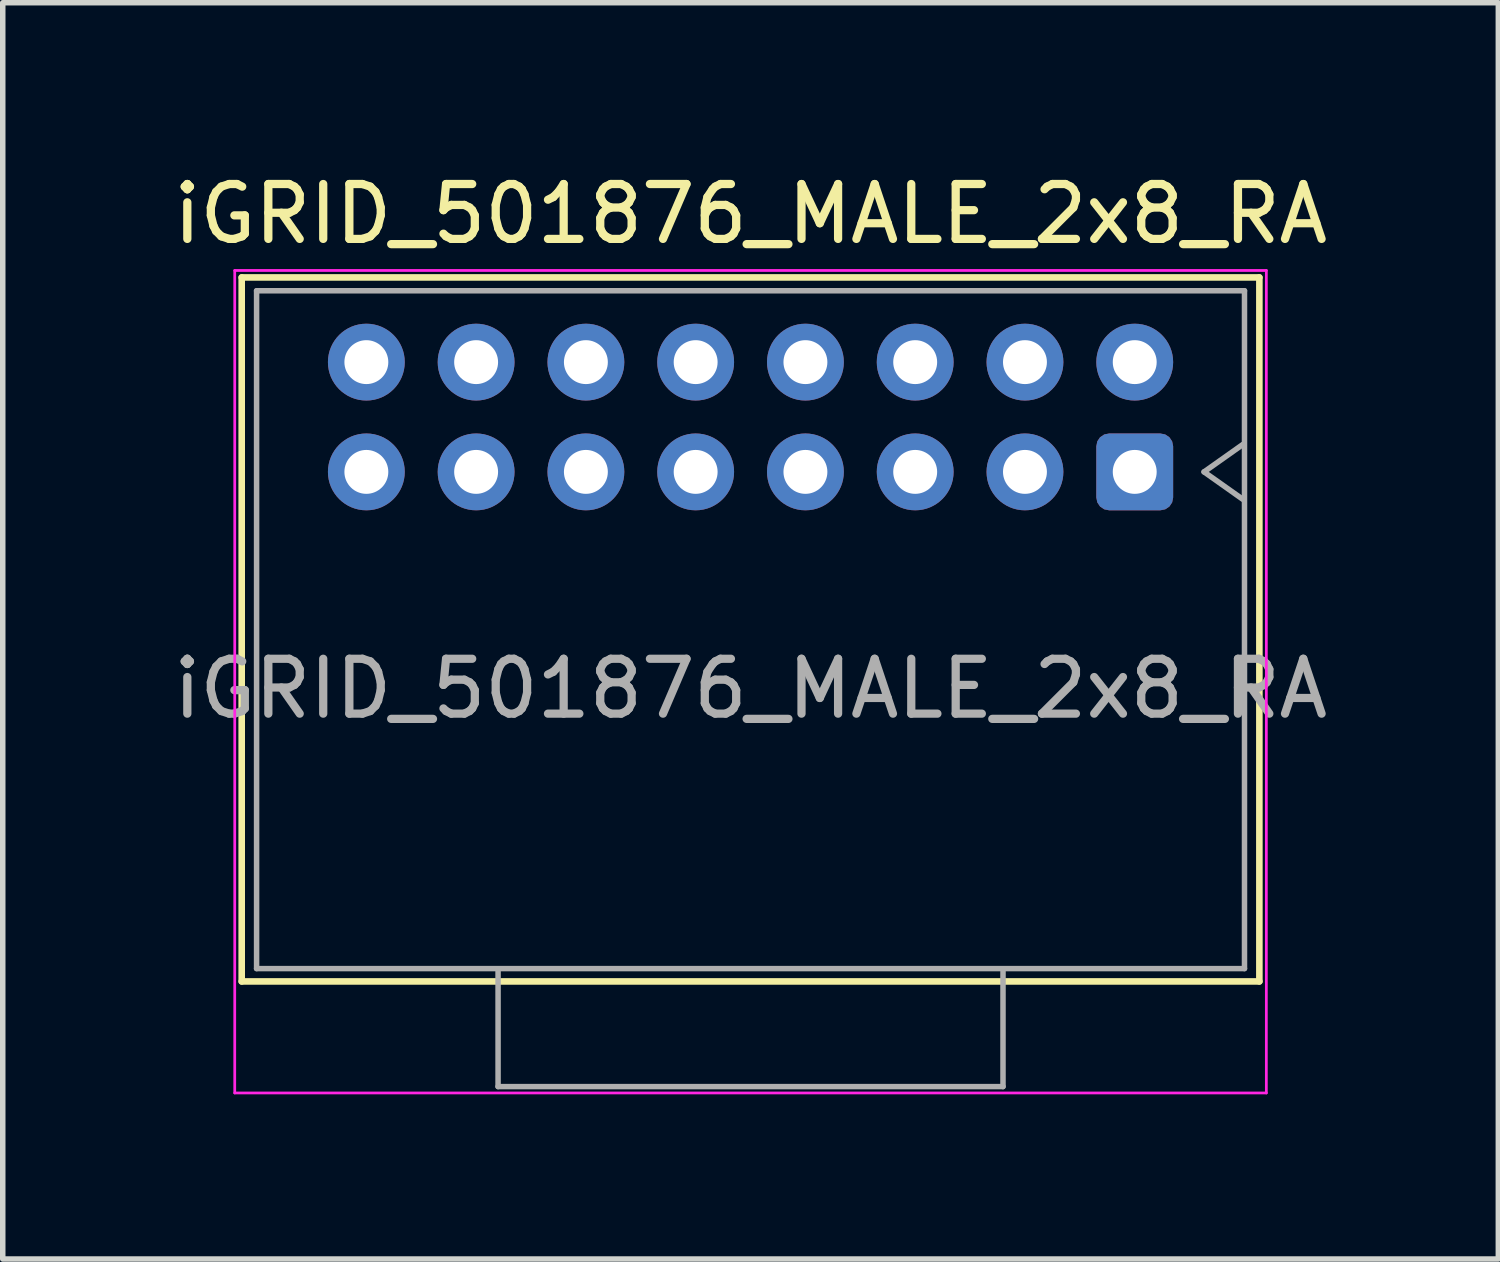
<source format=kicad_pcb>
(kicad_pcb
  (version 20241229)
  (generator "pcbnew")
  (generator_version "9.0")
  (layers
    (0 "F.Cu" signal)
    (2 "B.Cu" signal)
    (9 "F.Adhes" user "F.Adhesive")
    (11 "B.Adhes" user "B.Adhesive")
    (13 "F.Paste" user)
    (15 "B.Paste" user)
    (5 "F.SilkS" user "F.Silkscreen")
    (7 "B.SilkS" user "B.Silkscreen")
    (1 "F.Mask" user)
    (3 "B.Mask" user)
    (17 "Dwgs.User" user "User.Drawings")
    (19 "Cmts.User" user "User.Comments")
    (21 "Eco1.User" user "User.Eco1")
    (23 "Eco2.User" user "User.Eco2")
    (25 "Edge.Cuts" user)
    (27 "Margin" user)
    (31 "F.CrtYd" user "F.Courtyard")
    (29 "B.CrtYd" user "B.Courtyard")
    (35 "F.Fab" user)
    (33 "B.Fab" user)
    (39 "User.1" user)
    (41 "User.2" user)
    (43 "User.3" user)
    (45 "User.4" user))
  (footprint "iGRID_501876_MALE_2x8_RA"
    (layer "F.Cu")
    (at 10.625 9.498)
    (property "Reference" "iGRID_501876_MALE_2x8_RA" (at 0 -8.65 0) (layer "F.SilkS") (effects (font (size 1 1) (thickness 0.15))))
    (attr through_hole)
    (fp_line (start -9.271 -7.493) (end 9.271 -7.493) (stroke (width 0.12) (type solid)) (layer "F.SilkS"))
    (fp_line (start -9.271 5.334) (end -9.271 -7.493) (stroke (width 0.12) (type solid)) (layer "F.SilkS"))
    (fp_line (start -9.271 5.334) (end 9.271 5.334) (stroke (width 0.12) (type solid)) (layer "F.SilkS"))
    (fp_line (start 9.271 -7.493) (end 9.271 5.334) (stroke (width 0.12) (type solid)) (layer "F.SilkS"))
    (fp_line (start -9.398 -7.62) (end 9.398 -7.62) (stroke (width 0.05) (type solid)) (layer "F.CrtYd"))
    (fp_line (start -9.398 7.366) (end -9.398 -7.62) (stroke (width 0.05) (type solid)) (layer "F.CrtYd"))
    (fp_line (start 9.398 -7.62) (end 9.398 7.366) (stroke (width 0.05) (type solid)) (layer "F.CrtYd"))
    (fp_line (start 9.398 7.366) (end -9.398 7.366) (stroke (width 0.05) (type solid)) (layer "F.CrtYd"))
    (fp_line (start -9 -7.25) (end -9 5.1) (stroke (width 0.1) (type solid)) (layer "F.Fab"))
    (fp_line (start -9 5.1) (end 9 5.1) (stroke (width 0.1) (type solid)) (layer "F.Fab"))
    (fp_line (start -4.6 5.15) (end -4.6 7.25) (stroke (width 0.1) (type solid)) (layer "F.Fab"))
    (fp_line (start -4.6 7.25) (end 4.6 7.25) (stroke (width 0.1) (type solid)) (layer "F.Fab"))
    (fp_line (start 4.6 7.25) (end 4.6 5.15) (stroke (width 0.1) (type solid)) (layer "F.Fab"))
    (fp_line (start 8.263 -3.95) (end 8.97 -3.45) (stroke (width 0.1) (type solid)) (layer "F.Fab"))
    (fp_line (start 8.97 -4.45) (end 8.263 -3.95) (stroke (width 0.1) (type solid)) (layer "F.Fab"))
    (fp_line (start 9 -7.25) (end -9 -7.25) (stroke (width 0.1) (type solid)) (layer "F.Fab"))
    (fp_line (start 9 5.1) (end 9 -7.25) (stroke (width 0.1) (type solid)) (layer "F.Fab"))
    (fp_text user "${REFERENCE}" (at 0 0 0) (layer "F.Fab") (effects (font (size 1 1) (thickness 0.15))))
    (pad "1" thru_hole roundrect (at 7 -3.95) (size 1.4 1.4) (drill 0.8) (layers "*.Cu" "*.Mask") (roundrect_rratio 0.167))
    (pad "2" thru_hole circle (at 7 -5.95) (size 1.4 1.4) (drill 0.8) (layers "*.Cu" "*.Mask"))
    (pad "3" thru_hole circle (at 5 -3.95) (size 1.4 1.4) (drill 0.8) (layers "*.Cu" "*.Mask"))
    (pad "4" thru_hole circle (at 5 -5.95) (size 1.4 1.4) (drill 0.8) (layers "*.Cu" "*.Mask"))
    (pad "5" thru_hole circle (at 3 -3.95) (size 1.4 1.4) (drill 0.8) (layers "*.Cu" "*.Mask"))
    (pad "6" thru_hole circle (at 3 -5.95) (size 1.4 1.4) (drill 0.8) (layers "*.Cu" "*.Mask"))
    (pad "7" thru_hole circle (at 1 -3.95) (size 1.4 1.4) (drill 0.8) (layers "*.Cu" "*.Mask"))
    (pad "8" thru_hole circle (at 1 -5.95) (size 1.4 1.4) (drill 0.8) (layers "*.Cu" "*.Mask"))
    (pad "9" thru_hole circle (at -1 -3.95) (size 1.4 1.4) (drill 0.8) (layers "*.Cu" "*.Mask"))
    (pad "10" thru_hole circle (at -1 -5.95) (size 1.4 1.4) (drill 0.8) (layers "*.Cu" "*.Mask"))
    (pad "11" thru_hole circle (at -3 -3.95) (size 1.4 1.4) (drill 0.8) (layers "*.Cu" "*.Mask"))
    (pad "12" thru_hole circle (at -3 -5.95) (size 1.4 1.4) (drill 0.8) (layers "*.Cu" "*.Mask"))
    (pad "13" thru_hole circle (at -5 -3.95) (size 1.4 1.4) (drill 0.8) (layers "*.Cu" "*.Mask"))
    (pad "14" thru_hole circle (at -5 -5.95) (size 1.4 1.4) (drill 0.8) (layers "*.Cu" "*.Mask"))
    (pad "15" thru_hole circle (at -7 -3.95) (size 1.4 1.4) (drill 0.8) (layers "*.Cu" "*.Mask"))
    (pad "16" thru_hole circle (at -7 -5.95) (size 1.4 1.4) (drill 0.8) (layers "*.Cu" "*.Mask")))
  (gr_rect
    (start -3 -3)
    (end 24.25 19.889)
    (stroke (width 0.1) (type default))
    (fill no)
    (layer "Edge.Cuts")))
</source>
